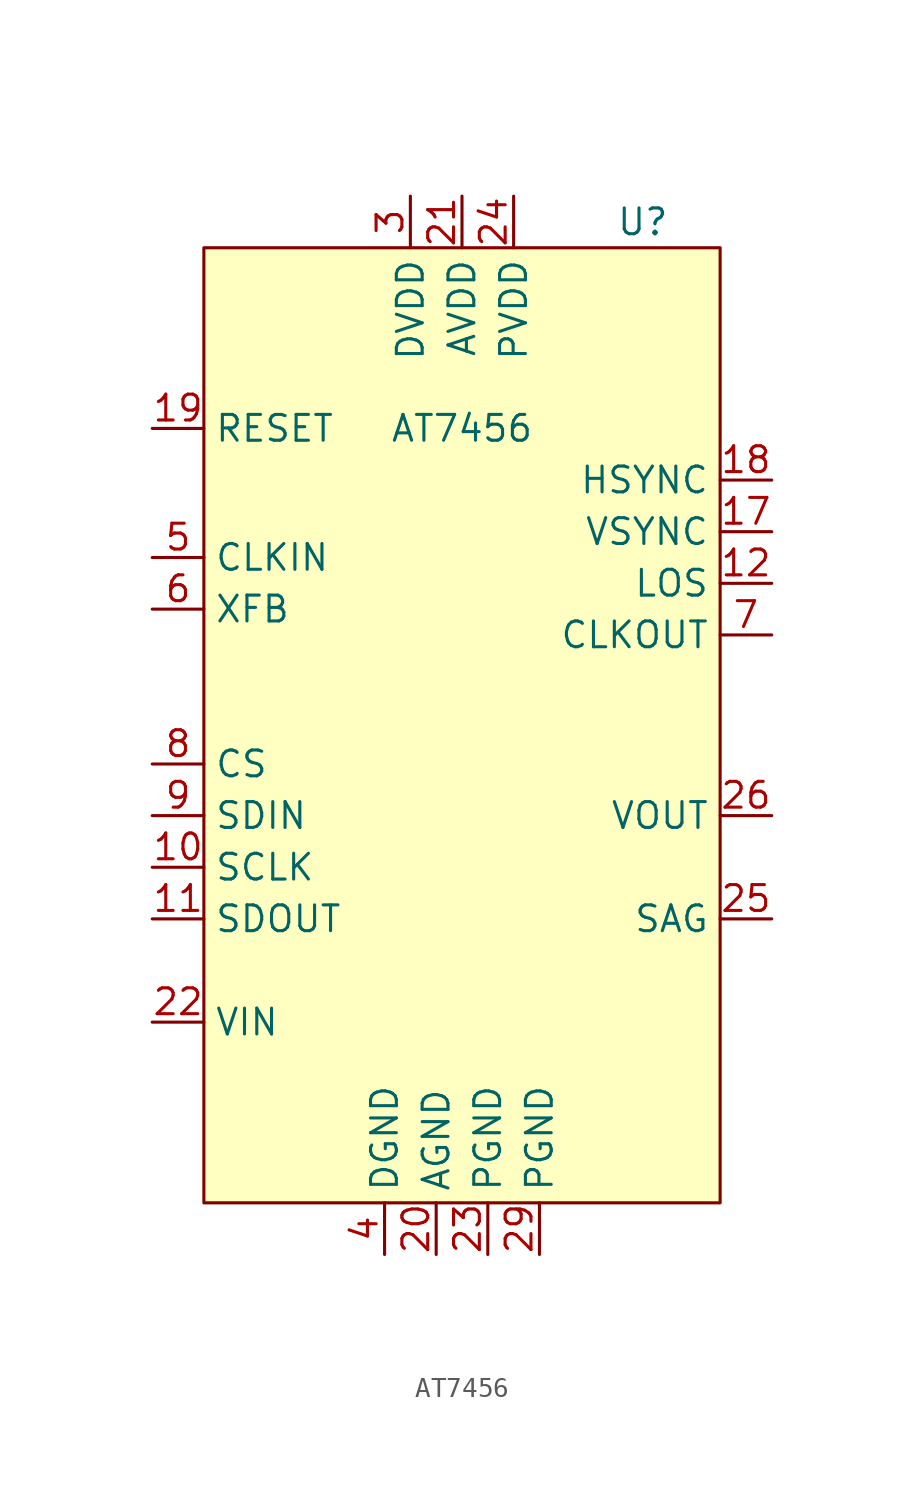
<source format=kicad_sym>
(kicad_symbol_lib
  (version 20231120)
  (generator "kicad_symbol_editor")
  (generator_version "8.0")
  (symbol "AT7456"
    (property "Reference" "U"
      (at 8.89 25.4 0)
      (effects (font (size 1.27 1.27))))
    (property "Value" "AT7456"
      (at 0 15.24 0)
      (effects (font (size 1.27 1.27))))
    (symbol "AT7456_1_1"
      (rectangle (start -12.7 24.13) (end 12.7 -22.86) (stroke (width 0) (type default)) (fill (type background)))
      (pin input line (at -15.24 -6.35 0) (length 2.54) (name "SCLK" (effects (font (size 1.27 1.27)))) (number "10" (effects (font (size 1.27 1.27)))))
      (pin input line (at -15.24 -8.89 0) (length 2.54) (name "SDOUT" (effects (font (size 1.27 1.27)))) (number "11" (effects (font (size 1.27 1.27)))))
      (pin input line (at 15.24 7.62 180) (length 2.54) (name "LOS" (effects (font (size 1.27 1.27)))) (number "12" (effects (font (size 1.27 1.27)))))
      (pin input line (at 15.24 10.16 180) (length 2.54) (name "VSYNC" (effects (font (size 1.27 1.27)))) (number "17" (effects (font (size 1.27 1.27)))))
      (pin input line (at 15.24 12.7 180) (length 2.54) (name "HSYNC" (effects (font (size 1.27 1.27)))) (number "18" (effects (font (size 1.27 1.27)))))
      (pin input line (at -15.24 15.24 0) (length 2.54) (name "RESET" (effects (font (size 1.27 1.27)))) (number "19" (effects (font (size 1.27 1.27)))))
      (pin input line (at -1.27 -25.4 90) (length 2.54) (name "AGND" (effects (font (size 1.27 1.27)))) (number "20" (effects (font (size 1.27 1.27)))))
      (pin input line (at 0 26.67 270) (length 2.54) (name "AVDD" (effects (font (size 1.27 1.27)))) (number "21" (effects (font (size 1.27 1.27)))))
      (pin input line (at -15.24 -13.97 0) (length 2.54) (name "VIN" (effects (font (size 1.27 1.27)))) (number "22" (effects (font (size 1.27 1.27)))))
      (pin input line (at 1.27 -25.4 90) (length 2.54) (name "PGND" (effects (font (size 1.27 1.27)))) (number "23" (effects (font (size 1.27 1.27)))))
      (pin input line (at 2.54 26.67 270) (length 2.54) (name "PVDD" (effects (font (size 1.27 1.27)))) (number "24" (effects (font (size 1.27 1.27)))))
      (pin input line (at 15.24 -8.89 180) (length 2.54) (name "SAG" (effects (font (size 1.27 1.27)))) (number "25" (effects (font (size 1.27 1.27)))))
      (pin input line (at 15.24 -3.81 180) (length 2.54) (name "VOUT" (effects (font (size 1.27 1.27)))) (number "26" (effects (font (size 1.27 1.27)))))
      (pin input line (at 3.81 -25.4 90) (length 2.54) (name "PGND" (effects (font (size 1.27 1.27)))) (number "29" (effects (font (size 1.27 1.27)))))
      (pin input line (at -2.54 26.67 270) (length 2.54) (name "DVDD" (effects (font (size 1.27 1.27)))) (number "3" (effects (font (size 1.27 1.27)))))
      (pin input line (at -3.81 -25.4 90) (length 2.54) (name "DGND" (effects (font (size 1.27 1.27)))) (number "4" (effects (font (size 1.27 1.27)))))
      (pin input line (at -15.24 8.89 0) (length 2.54) (name "CLKIN" (effects (font (size 1.27 1.27)))) (number "5" (effects (font (size 1.27 1.27)))))
      (pin input line (at -15.24 6.35 0) (length 2.54) (name "XFB" (effects (font (size 1.27 1.27)))) (number "6" (effects (font (size 1.27 1.27)))))
      (pin input line (at 15.24 5.08 180) (length 2.54) (name "CLKOUT" (effects (font (size 1.27 1.27)))) (number "7" (effects (font (size 1.27 1.27)))))
      (pin input line (at -15.24 -1.27 0) (length 2.54) (name "CS" (effects (font (size 1.27 1.27)))) (number "8" (effects (font (size 1.27 1.27)))))
      (pin input line (at -15.24 -3.81 0) (length 2.54) (name "SDIN" (effects (font (size 1.27 1.27)))) (number "9" (effects (font (size 1.27 1.27))))))))
</source>
